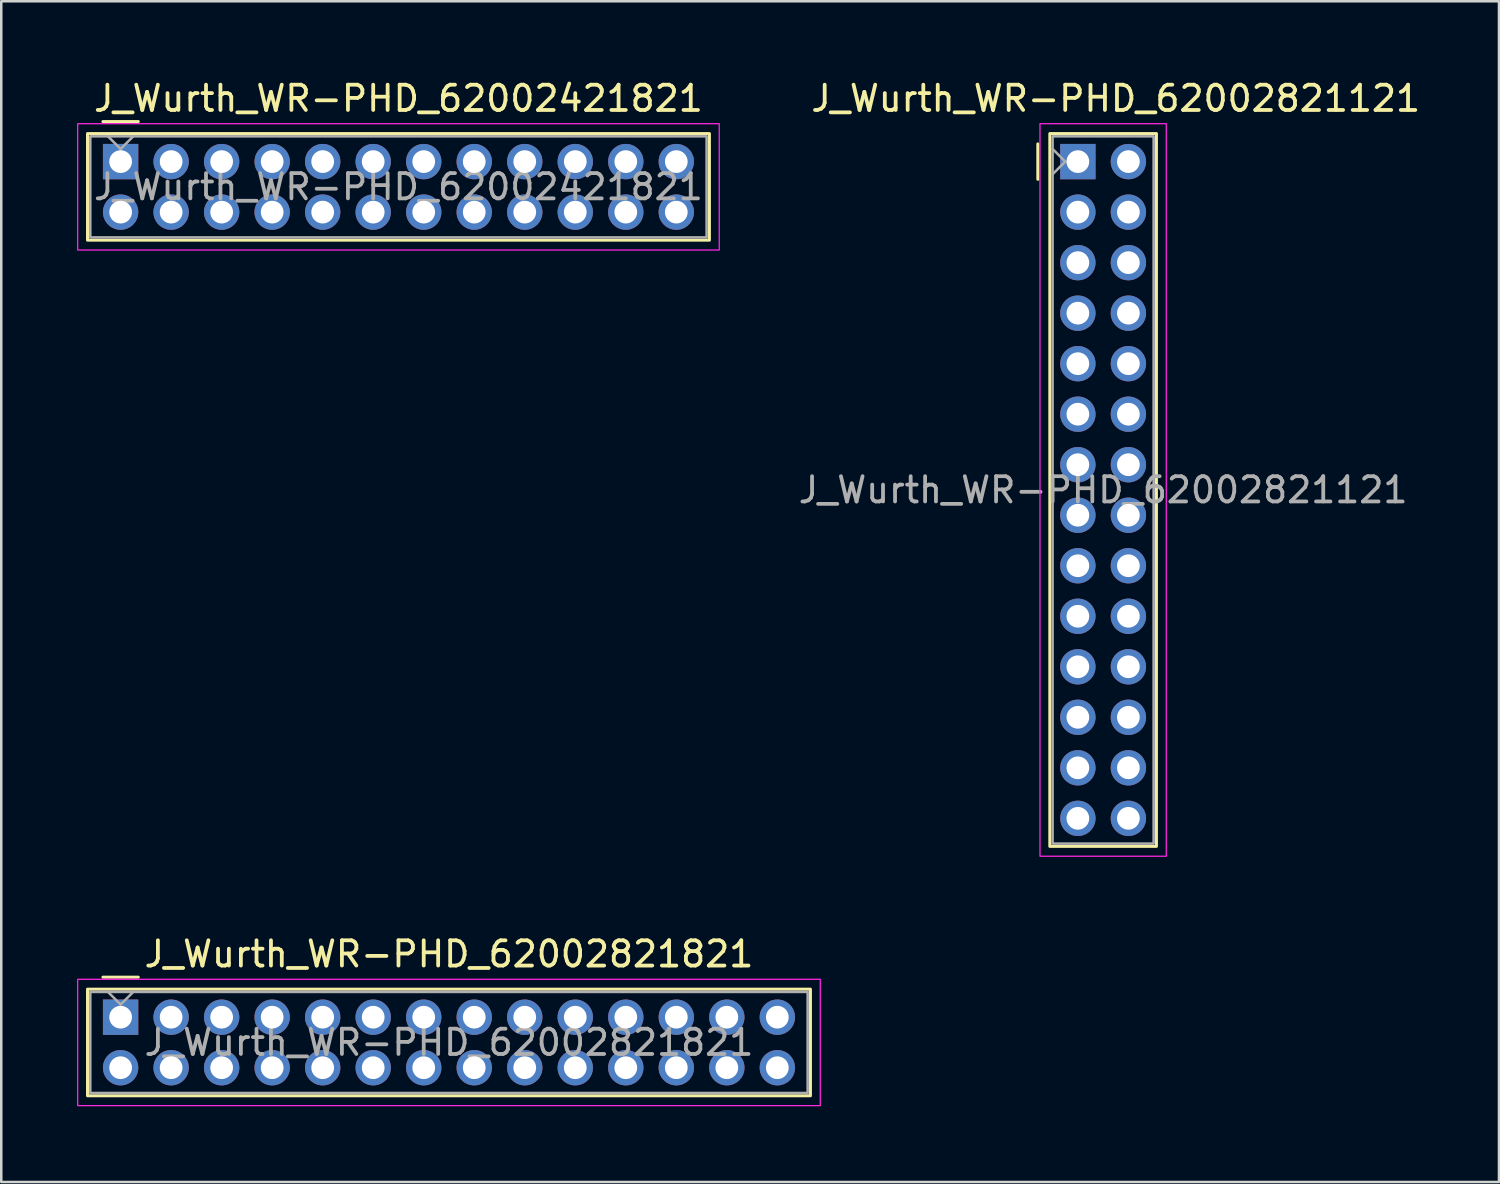
<source format=kicad_pcb>
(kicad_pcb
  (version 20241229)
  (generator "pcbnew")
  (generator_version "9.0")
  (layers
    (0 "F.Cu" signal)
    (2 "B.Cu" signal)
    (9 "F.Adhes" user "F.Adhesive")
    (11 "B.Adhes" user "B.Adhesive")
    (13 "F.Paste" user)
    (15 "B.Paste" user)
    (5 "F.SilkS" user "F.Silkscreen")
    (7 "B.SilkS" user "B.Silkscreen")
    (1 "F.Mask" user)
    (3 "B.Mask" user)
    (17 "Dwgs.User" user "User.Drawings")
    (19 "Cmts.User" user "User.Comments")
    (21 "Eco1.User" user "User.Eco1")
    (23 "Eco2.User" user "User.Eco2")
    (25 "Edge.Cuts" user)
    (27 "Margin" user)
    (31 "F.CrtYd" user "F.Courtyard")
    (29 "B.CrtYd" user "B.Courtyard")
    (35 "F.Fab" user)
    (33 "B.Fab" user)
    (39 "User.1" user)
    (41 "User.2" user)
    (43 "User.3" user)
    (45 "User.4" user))
  (footprint "J_Wurth_WR-PHD_62002421821"
    (layer "F.Cu")
    (at 1.725 3.348)
    (property "Reference" "J_Wurth_WR-PHD_62002421821" (at 11 -2.5 0) (unlocked yes) (layer "F.SilkS") (effects (font (size 1 1) (thickness 0.15))))
    (attr through_hole)
    (fp_line (start 0.7 -1.585) (end -0.7 -1.585) (stroke (width 0.12) (type solid)) (layer "F.SilkS"))
    (fp_rect (start -1.31 -1.11) (end 23.31 3.11) (stroke (width 0.12) (type solid)) (fill no) (layer "F.SilkS"))
    (fp_rect (start -1.7 -1.5) (end 23.7 3.5) (stroke (width 0.05) (type solid)) (fill no) (layer "F.CrtYd"))
    (fp_line (start 0 -0.5) (end -0.5 -1) (stroke (width 0.1) (type default)) (layer "F.Fab"))
    (fp_line (start 0.5 -1) (end 0 -0.5) (stroke (width 0.1) (type default)) (layer "F.Fab"))
    (fp_rect (start -1.2 -1) (end 23.2 3) (stroke (width 0.1) (type solid)) (fill no) (layer "F.Fab"))
    (fp_text user "${REFERENCE}" (at 11 1 0) (unlocked yes) (layer "F.Fab") (effects (font (size 1 1) (thickness 0.15))))
    (pad "1" thru_hole rect (at 0 0 180) (size 1.4 1.4) (drill 0.9) (layers "*.Cu" "*.Mask"))
    (pad "2" thru_hole circle (at 0 2 180) (size 1.4 1.4) (drill 0.9) (layers "*.Cu" "*.Mask"))
    (pad "3" thru_hole circle (at 2 0 180) (size 1.4 1.4) (drill 0.9) (layers "*.Cu" "*.Mask"))
    (pad "4" thru_hole circle (at 2 2 180) (size 1.4 1.4) (drill 0.9) (layers "*.Cu" "*.Mask"))
    (pad "5" thru_hole circle (at 4 0 180) (size 1.4 1.4) (drill 0.9) (layers "*.Cu" "*.Mask"))
    (pad "6" thru_hole circle (at 4 2 180) (size 1.4 1.4) (drill 0.9) (layers "*.Cu" "*.Mask"))
    (pad "7" thru_hole circle (at 6 0 180) (size 1.4 1.4) (drill 0.9) (layers "*.Cu" "*.Mask"))
    (pad "8" thru_hole circle (at 6 2 180) (size 1.4 1.4) (drill 0.9) (layers "*.Cu" "*.Mask"))
    (pad "9" thru_hole circle (at 8 0 180) (size 1.4 1.4) (drill 0.9) (layers "*.Cu" "*.Mask"))
    (pad "10" thru_hole circle (at 8 2 180) (size 1.4 1.4) (drill 0.9) (layers "*.Cu" "*.Mask"))
    (pad "11" thru_hole circle (at 10 0 180) (size 1.4 1.4) (drill 0.9) (layers "*.Cu" "*.Mask"))
    (pad "12" thru_hole circle (at 10 2 180) (size 1.4 1.4) (drill 0.9) (layers "*.Cu" "*.Mask"))
    (pad "13" thru_hole circle (at 12 0 180) (size 1.4 1.4) (drill 0.9) (layers "*.Cu" "*.Mask"))
    (pad "14" thru_hole circle (at 12 2 180) (size 1.4 1.4) (drill 0.9) (layers "*.Cu" "*.Mask"))
    (pad "15" thru_hole circle (at 14 0 180) (size 1.4 1.4) (drill 0.9) (layers "*.Cu" "*.Mask"))
    (pad "16" thru_hole circle (at 14 2 180) (size 1.4 1.4) (drill 0.9) (layers "*.Cu" "*.Mask"))
    (pad "17" thru_hole circle (at 16 0 180) (size 1.4 1.4) (drill 0.9) (layers "*.Cu" "*.Mask"))
    (pad "18" thru_hole circle (at 16 2 180) (size 1.4 1.4) (drill 0.9) (layers "*.Cu" "*.Mask"))
    (pad "19" thru_hole circle (at 18 0 180) (size 1.4 1.4) (drill 0.9) (layers "*.Cu" "*.Mask"))
    (pad "20" thru_hole circle (at 18 2 180) (size 1.4 1.4) (drill 0.9) (layers "*.Cu" "*.Mask"))
    (pad "21" thru_hole circle (at 20 0 180) (size 1.4 1.4) (drill 0.9) (layers "*.Cu" "*.Mask"))
    (pad "22" thru_hole circle (at 20 2 180) (size 1.4 1.4) (drill 0.9) (layers "*.Cu" "*.Mask"))
    (pad "23" thru_hole circle (at 22 0 180) (size 1.4 1.4) (drill 0.9) (layers "*.Cu" "*.Mask"))
    (pad "24" thru_hole circle (at 22 2 180) (size 1.4 1.4) (drill 0.9) (layers "*.Cu" "*.Mask")))
  (footprint "J_Wurth_WR-PHD_62002821821"
    (layer "F.Cu")
    (at 1.725 37.221)
    (property "Reference" "J_Wurth_WR-PHD_62002821821" (at 13 -2.5 0) (unlocked yes) (layer "F.SilkS") (effects (font (size 1 1) (thickness 0.15))))
    (attr through_hole)
    (fp_line (start 0.7 -1.585) (end -0.7 -1.585) (stroke (width 0.12) (type solid)) (layer "F.SilkS"))
    (fp_rect (start -1.31 -1.11) (end 27.31 3.11) (stroke (width 0.12) (type solid)) (fill no) (layer "F.SilkS"))
    (fp_rect (start -1.7 -1.5) (end 27.7 3.5) (stroke (width 0.05) (type solid)) (fill no) (layer "F.CrtYd"))
    (fp_line (start 0 -0.5) (end -0.5 -1) (stroke (width 0.1) (type default)) (layer "F.Fab"))
    (fp_line (start 0.5 -1) (end 0 -0.5) (stroke (width 0.1) (type default)) (layer "F.Fab"))
    (fp_rect (start -1.2 -1) (end 27.2 3) (stroke (width 0.1) (type solid)) (fill no) (layer "F.Fab"))
    (fp_text user "${REFERENCE}" (at 13 1 0) (unlocked yes) (layer "F.Fab") (effects (font (size 1 1) (thickness 0.15))))
    (pad "1" thru_hole rect (at 0 0 180) (size 1.4 1.4) (drill 0.9) (layers "*.Cu" "*.Mask"))
    (pad "2" thru_hole circle (at 0 2 180) (size 1.4 1.4) (drill 0.9) (layers "*.Cu" "*.Mask"))
    (pad "3" thru_hole circle (at 2 0 180) (size 1.4 1.4) (drill 0.9) (layers "*.Cu" "*.Mask"))
    (pad "4" thru_hole circle (at 2 2 180) (size 1.4 1.4) (drill 0.9) (layers "*.Cu" "*.Mask"))
    (pad "5" thru_hole circle (at 4 0 180) (size 1.4 1.4) (drill 0.9) (layers "*.Cu" "*.Mask"))
    (pad "6" thru_hole circle (at 4 2 180) (size 1.4 1.4) (drill 0.9) (layers "*.Cu" "*.Mask"))
    (pad "7" thru_hole circle (at 6 0 180) (size 1.4 1.4) (drill 0.9) (layers "*.Cu" "*.Mask"))
    (pad "8" thru_hole circle (at 6 2 180) (size 1.4 1.4) (drill 0.9) (layers "*.Cu" "*.Mask"))
    (pad "9" thru_hole circle (at 8 0 180) (size 1.4 1.4) (drill 0.9) (layers "*.Cu" "*.Mask"))
    (pad "10" thru_hole circle (at 8 2 180) (size 1.4 1.4) (drill 0.9) (layers "*.Cu" "*.Mask"))
    (pad "11" thru_hole circle (at 10 0 180) (size 1.4 1.4) (drill 0.9) (layers "*.Cu" "*.Mask"))
    (pad "12" thru_hole circle (at 10 2 180) (size 1.4 1.4) (drill 0.9) (layers "*.Cu" "*.Mask"))
    (pad "13" thru_hole circle (at 12 0 180) (size 1.4 1.4) (drill 0.9) (layers "*.Cu" "*.Mask"))
    (pad "14" thru_hole circle (at 12 2 180) (size 1.4 1.4) (drill 0.9) (layers "*.Cu" "*.Mask"))
    (pad "15" thru_hole circle (at 14 0 180) (size 1.4 1.4) (drill 0.9) (layers "*.Cu" "*.Mask"))
    (pad "16" thru_hole circle (at 14 2 180) (size 1.4 1.4) (drill 0.9) (layers "*.Cu" "*.Mask"))
    (pad "17" thru_hole circle (at 16 0 180) (size 1.4 1.4) (drill 0.9) (layers "*.Cu" "*.Mask"))
    (pad "18" thru_hole circle (at 16 2 180) (size 1.4 1.4) (drill 0.9) (layers "*.Cu" "*.Mask"))
    (pad "19" thru_hole circle (at 18 0 180) (size 1.4 1.4) (drill 0.9) (layers "*.Cu" "*.Mask"))
    (pad "20" thru_hole circle (at 18 2 180) (size 1.4 1.4) (drill 0.9) (layers "*.Cu" "*.Mask"))
    (pad "21" thru_hole circle (at 20 0 180) (size 1.4 1.4) (drill 0.9) (layers "*.Cu" "*.Mask"))
    (pad "22" thru_hole circle (at 20 2 180) (size 1.4 1.4) (drill 0.9) (layers "*.Cu" "*.Mask"))
    (pad "23" thru_hole circle (at 22 0 180) (size 1.4 1.4) (drill 0.9) (layers "*.Cu" "*.Mask"))
    (pad "24" thru_hole circle (at 22 2 180) (size 1.4 1.4) (drill 0.9) (layers "*.Cu" "*.Mask"))
    (pad "25" thru_hole circle (at 24 0 180) (size 1.4 1.4) (drill 0.9) (layers "*.Cu" "*.Mask"))
    (pad "26" thru_hole circle (at 24 2 180) (size 1.4 1.4) (drill 0.9) (layers "*.Cu" "*.Mask"))
    (pad "27" thru_hole circle (at 26 0 180) (size 1.4 1.4) (drill 0.9) (layers "*.Cu" "*.Mask"))
    (pad "28" thru_hole circle (at 26 2 180) (size 1.4 1.4) (drill 0.9) (layers "*.Cu" "*.Mask")))
  (footprint "J_Wurth_WR-PHD_62002821121"
    (layer "F.Cu")
    (at 39.623 3.348)
    (property "Reference" "J_Wurth_WR-PHD_62002821121" (at 1.5 -2.5 0) (unlocked yes) (layer "F.SilkS") (effects (font (size 1 1) (thickness 0.15))))
    (attr through_hole)
    (fp_line (start -1.585 -0.7) (end -1.585 0.7) (stroke (width 0.12) (type solid)) (layer "F.SilkS"))
    (fp_rect (start -1.11 -1.11) (end 3.11 27.11) (stroke (width 0.12) (type solid)) (fill no) (layer "F.SilkS"))
    (fp_rect (start -1.5 -1.5) (end 3.5 27.5) (stroke (width 0.05) (type solid)) (fill no) (layer "F.CrtYd"))
    (fp_line (start -1 -0.5) (end -0.5 0) (stroke (width 0.1) (type default)) (layer "F.Fab"))
    (fp_line (start -0.5 0) (end -1 0.5) (stroke (width 0.1) (type default)) (layer "F.Fab"))
    (fp_rect (start -1 -1) (end 3 27) (stroke (width 0.1) (type solid)) (fill no) (layer "F.Fab"))
    (fp_text user "${REFERENCE}" (at 1 13 0) (unlocked yes) (layer "F.Fab") (effects (font (size 1 1) (thickness 0.15))))
    (pad "1" thru_hole rect (at 0 0) (size 1.4 1.4) (drill 0.9) (layers "*.Cu" "*.Mask"))
    (pad "2" thru_hole circle (at 2 0) (size 1.4 1.4) (drill 0.9) (layers "*.Cu" "*.Mask"))
    (pad "3" thru_hole circle (at 0 2) (size 1.4 1.4) (drill 0.9) (layers "*.Cu" "*.Mask"))
    (pad "4" thru_hole circle (at 2 2) (size 1.4 1.4) (drill 0.9) (layers "*.Cu" "*.Mask"))
    (pad "5" thru_hole circle (at 0 4) (size 1.4 1.4) (drill 0.9) (layers "*.Cu" "*.Mask"))
    (pad "6" thru_hole circle (at 2 4) (size 1.4 1.4) (drill 0.9) (layers "*.Cu" "*.Mask"))
    (pad "7" thru_hole circle (at 0 6) (size 1.4 1.4) (drill 0.9) (layers "*.Cu" "*.Mask"))
    (pad "8" thru_hole circle (at 2 6) (size 1.4 1.4) (drill 0.9) (layers "*.Cu" "*.Mask"))
    (pad "9" thru_hole circle (at 0 8) (size 1.4 1.4) (drill 0.9) (layers "*.Cu" "*.Mask"))
    (pad "10" thru_hole circle (at 2 8) (size 1.4 1.4) (drill 0.9) (layers "*.Cu" "*.Mask"))
    (pad "11" thru_hole circle (at 0 10) (size 1.4 1.4) (drill 0.9) (layers "*.Cu" "*.Mask"))
    (pad "12" thru_hole circle (at 2 10) (size 1.4 1.4) (drill 0.9) (layers "*.Cu" "*.Mask"))
    (pad "13" thru_hole circle (at 0 12) (size 1.4 1.4) (drill 0.9) (layers "*.Cu" "*.Mask"))
    (pad "14" thru_hole circle (at 2 12) (size 1.4 1.4) (drill 0.9) (layers "*.Cu" "*.Mask"))
    (pad "15" thru_hole circle (at 0 14) (size 1.4 1.4) (drill 0.9) (layers "*.Cu" "*.Mask"))
    (pad "16" thru_hole circle (at 2 14) (size 1.4 1.4) (drill 0.9) (layers "*.Cu" "*.Mask"))
    (pad "17" thru_hole circle (at 0 16) (size 1.4 1.4) (drill 0.9) (layers "*.Cu" "*.Mask"))
    (pad "18" thru_hole circle (at 2 16) (size 1.4 1.4) (drill 0.9) (layers "*.Cu" "*.Mask"))
    (pad "19" thru_hole circle (at 0 18) (size 1.4 1.4) (drill 0.9) (layers "*.Cu" "*.Mask"))
    (pad "20" thru_hole circle (at 2 18) (size 1.4 1.4) (drill 0.9) (layers "*.Cu" "*.Mask"))
    (pad "21" thru_hole circle (at 0 20) (size 1.4 1.4) (drill 0.9) (layers "*.Cu" "*.Mask"))
    (pad "22" thru_hole circle (at 2 20) (size 1.4 1.4) (drill 0.9) (layers "*.Cu" "*.Mask"))
    (pad "23" thru_hole circle (at 0 22) (size 1.4 1.4) (drill 0.9) (layers "*.Cu" "*.Mask"))
    (pad "24" thru_hole circle (at 2 22) (size 1.4 1.4) (drill 0.9) (layers "*.Cu" "*.Mask"))
    (pad "25" thru_hole circle (at 0 24) (size 1.4 1.4) (drill 0.9) (layers "*.Cu" "*.Mask"))
    (pad "26" thru_hole circle (at 2 24) (size 1.4 1.4) (drill 0.9) (layers "*.Cu" "*.Mask"))
    (pad "27" thru_hole circle (at 0 26) (size 1.4 1.4) (drill 0.9) (layers "*.Cu" "*.Mask"))
    (pad "28" thru_hole circle (at 2 26) (size 1.4 1.4) (drill 0.9) (layers "*.Cu" "*.Mask")))
  (gr_rect
    (start -3 -3)
    (end 56.295 43.746)
    (stroke (width 0.1) (type default))
    (fill no)
    (layer "Edge.Cuts")))
</source>
